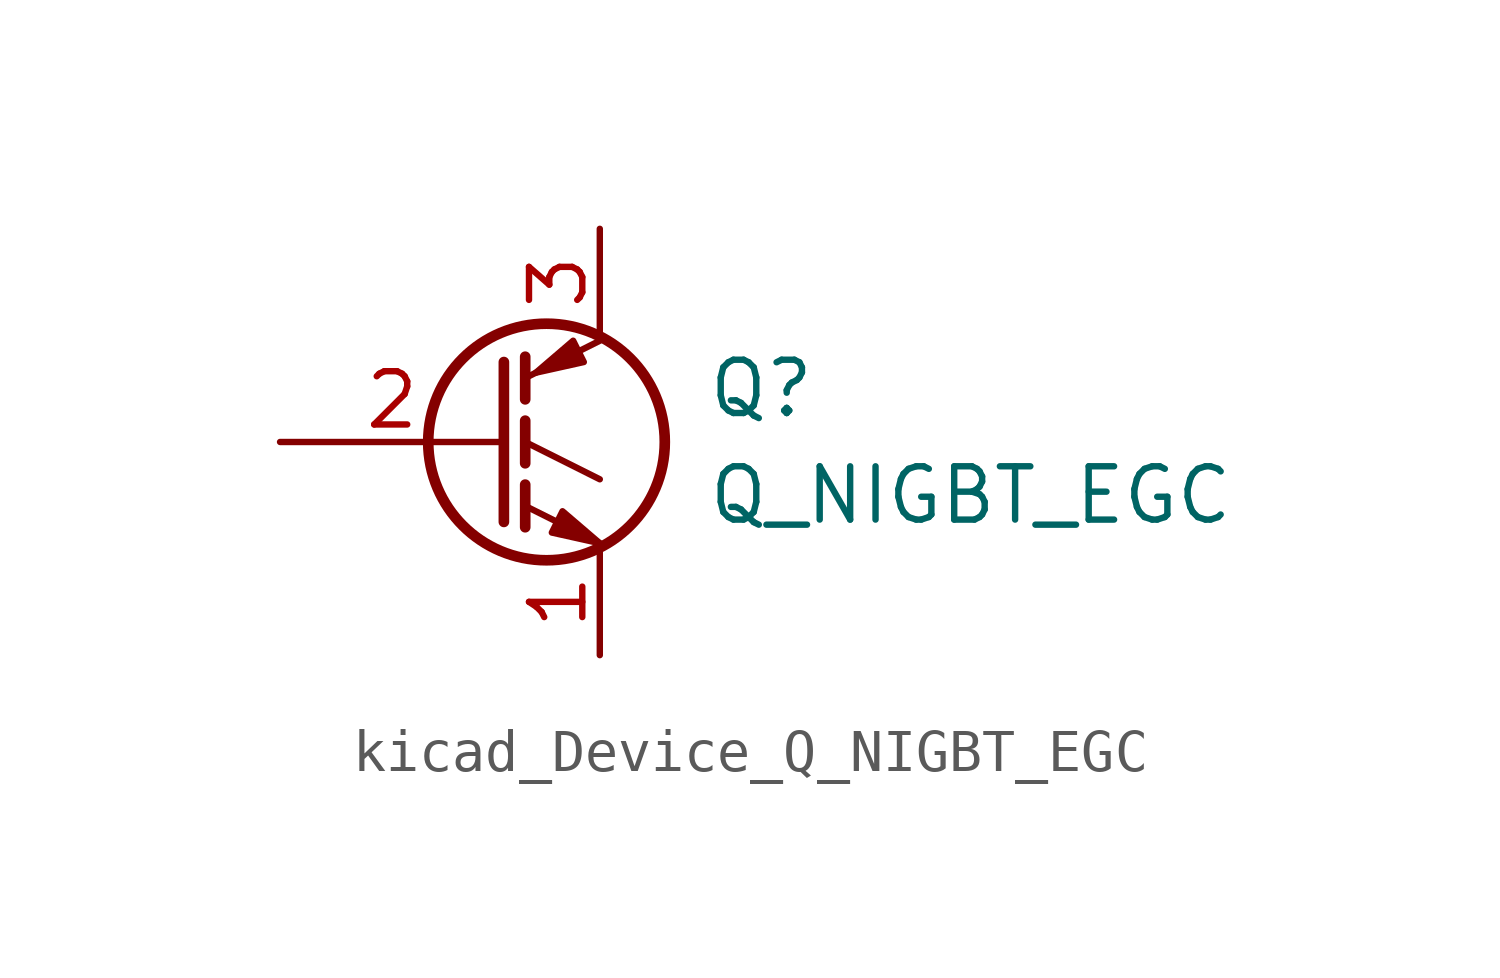
<source format=kicad_sym>
(kicad_symbol_lib
  (version 20220914)
  (generator kicad_symbol_editor)
  (symbol "kicad_Device_Q_NIGBT_EGC"
    (pin_names
      (offset 0) hide)
    (property "Reference" "Q"
      (at 5.08 1.27 0)
      (effects (font (size 1.27 1.27)) (justify left)))
    (property "Value" "Q_NIGBT_EGC"
      (at 5.08 -1.27 0)
      (effects (font (size 1.27 1.27)) (justify left)))
    (symbol "kicad_Device_Q_NIGBT_EGC_0_1"
      (polyline (pts (xy 0.762 -1.016) (xy 0.762 -2.032)) (stroke (width 0.254) (type default)) (fill (type none)))
      (polyline (pts (xy 0.762 0.508) (xy 0.762 -0.508)) (stroke (width 0.254) (type default)) (fill (type none)))
      (polyline (pts (xy 0.762 2.032) (xy 0.762 1.016)) (stroke (width 0.254) (type default)) (fill (type none)))
      (polyline (pts (xy 2.54 -2.413) (xy 0.762 -1.524)) (stroke (width 0) (type default)) (fill (type none)))
      (polyline (pts (xy 2.54 -0.889) (xy 0.762 0)) (stroke (width 0) (type default)) (fill (type none)))
      (polyline (pts (xy 2.54 2.413) (xy 0.762 1.524)) (stroke (width 0) (type default)) (fill (type none)))
      (polyline (pts (xy 0.254 1.905) (xy 0.254 -1.905) (xy 0.254 -1.905)) (stroke (width 0.254) (type default)) (fill (type none)))
      (polyline (pts (xy 1.397 -2.159) (xy 1.651 -1.651) (xy 2.54 -2.413) (xy 1.397 -2.159)) (stroke (width 0) (type default)) (fill (type outline)))
      (polyline (pts (xy 2.159 1.905) (xy 1.905 2.413) (xy 1.016 1.651) (xy 2.159 1.905)) (stroke (width 0) (type default)) (fill (type outline)))
      (circle (center 1.27 0) (radius 2.819) (stroke (width 0.254) (type default)) (fill (type none))))
    (symbol "kicad_Device_Q_NIGBT_EGC_1_1"
      (pin passive line (at 2.54 -5.08 90) (length 2.54) (name "E" (effects (font (size 1.27 1.27)))) (number "1" (effects (font (size 1.27 1.27)))))
      (pin input line (at -5.08 0 0) (length 5.334) (name "G" (effects (font (size 1.27 1.27)))) (number "2" (effects (font (size 1.27 1.27)))))
      (pin passive line (at 2.54 5.08 270) (length 2.54) (name "C" (effects (font (size 1.27 1.27)))) (number "3" (effects (font (size 1.27 1.27))))))))
</source>
